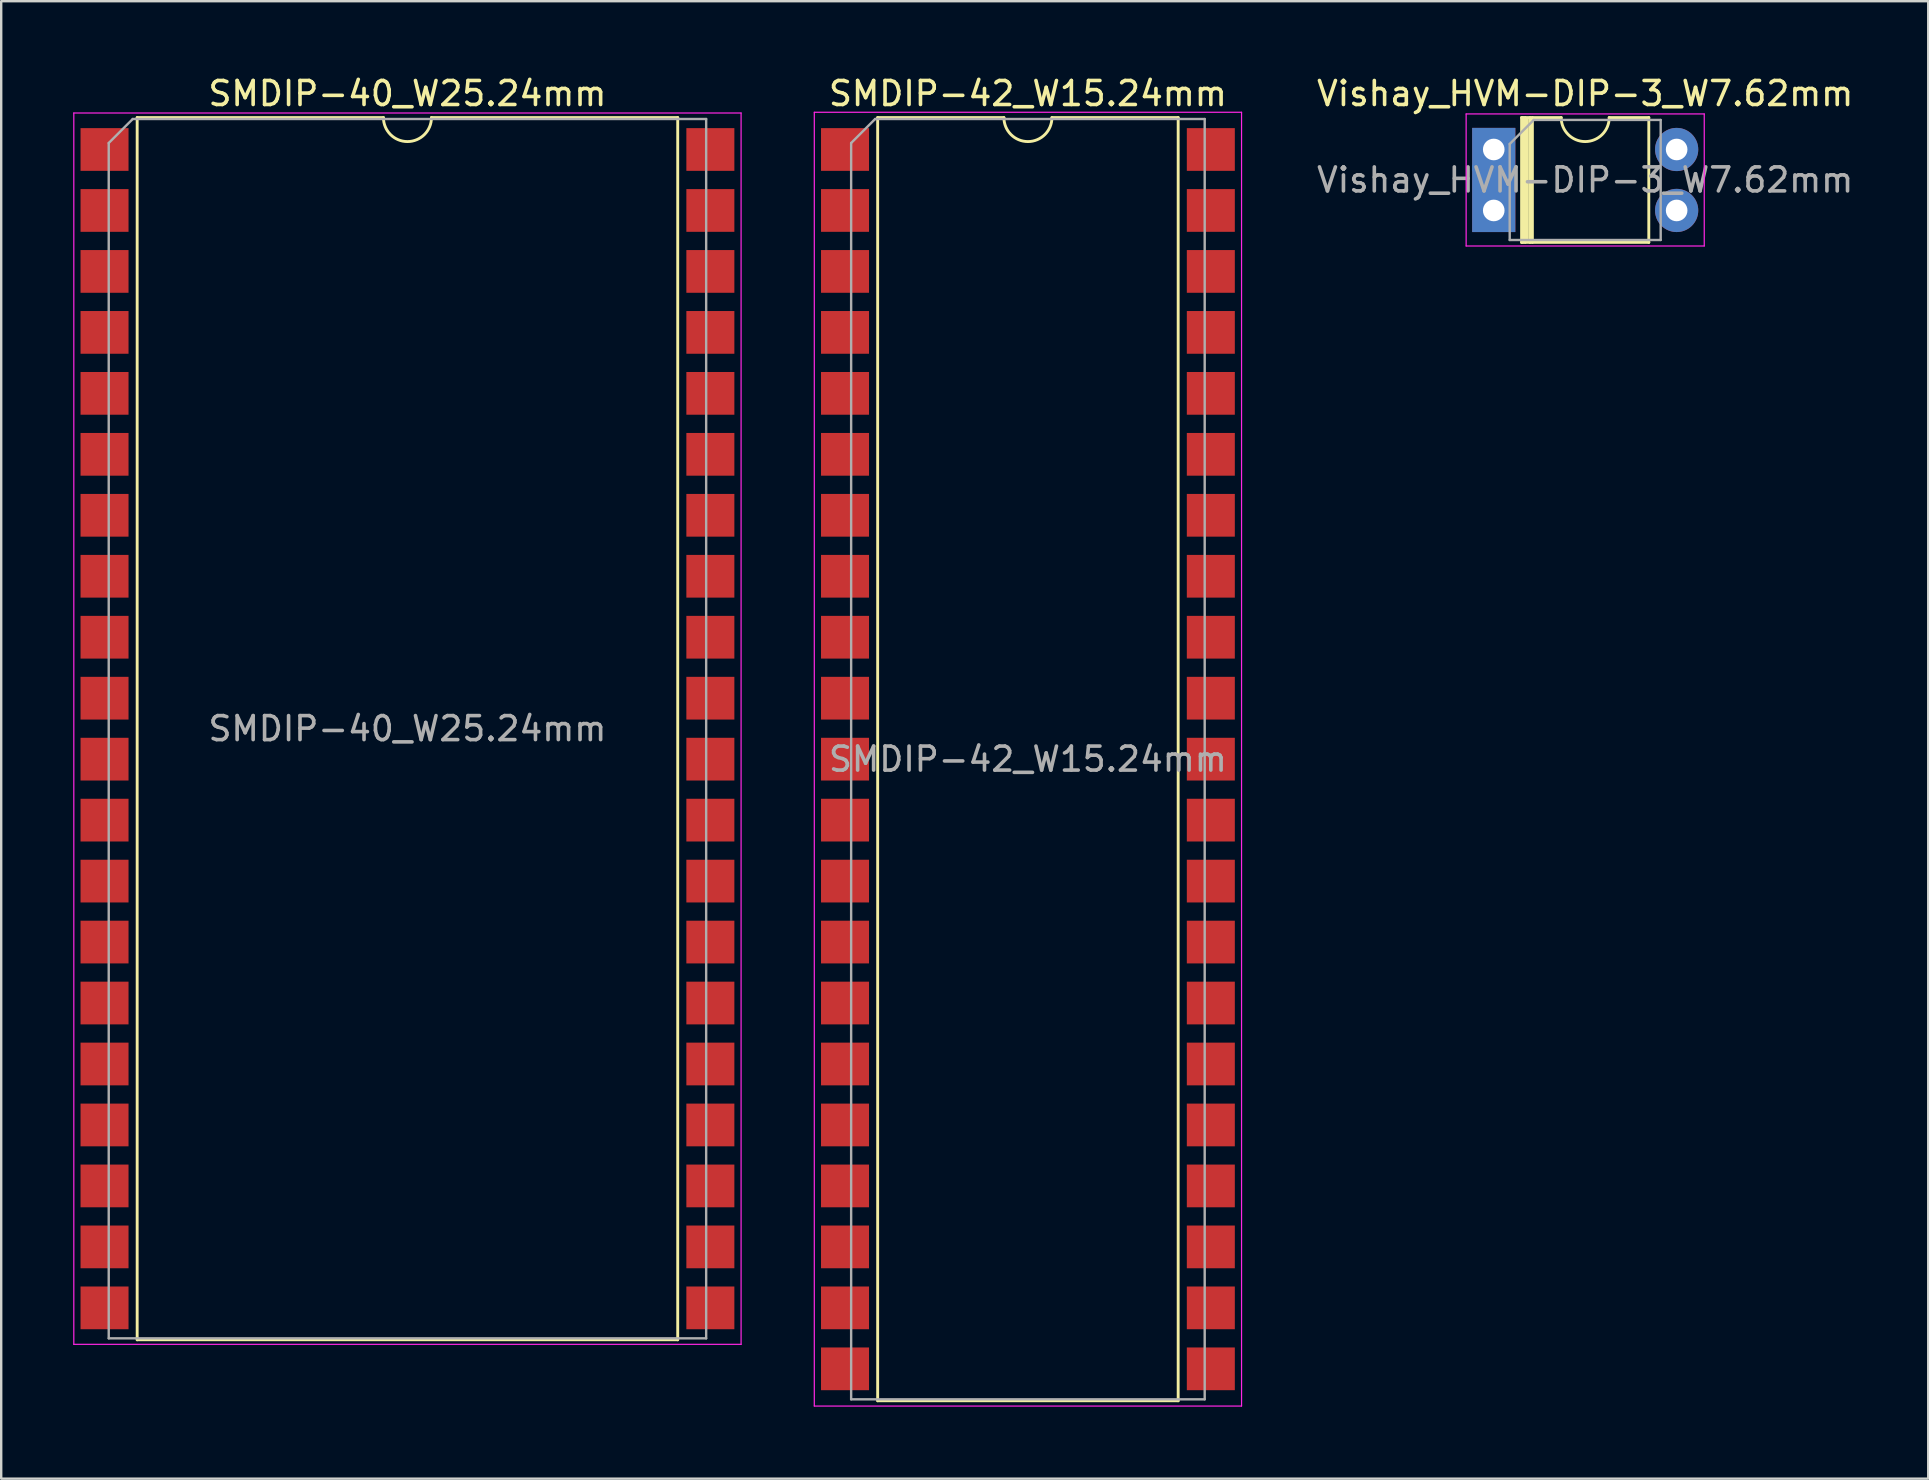
<source format=kicad_pcb>
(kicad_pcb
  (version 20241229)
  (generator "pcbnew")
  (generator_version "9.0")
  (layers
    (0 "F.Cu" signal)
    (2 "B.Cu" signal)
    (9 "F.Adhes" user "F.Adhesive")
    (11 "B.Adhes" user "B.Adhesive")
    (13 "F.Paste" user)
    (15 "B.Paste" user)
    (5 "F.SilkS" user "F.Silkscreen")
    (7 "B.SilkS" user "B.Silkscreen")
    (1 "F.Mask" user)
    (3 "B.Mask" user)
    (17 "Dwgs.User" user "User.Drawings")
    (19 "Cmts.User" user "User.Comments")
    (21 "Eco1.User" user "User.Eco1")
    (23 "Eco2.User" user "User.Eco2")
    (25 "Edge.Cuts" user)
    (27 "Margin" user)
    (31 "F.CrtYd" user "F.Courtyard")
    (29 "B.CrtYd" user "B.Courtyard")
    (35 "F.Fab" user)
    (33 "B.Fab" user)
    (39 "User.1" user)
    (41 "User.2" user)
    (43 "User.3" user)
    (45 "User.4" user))
  (footprint "SMDIP-40_W25.24mm"
    (layer "F.Cu")
    (at 13.925 27.308)
    (property "Reference" "SMDIP-40_W25.24mm" (at 0 -26.46 0) (layer "F.SilkS") (effects (font (size 1 1) (thickness 0.15))))
    (attr smd)
    (fp_line (start -11.26 -25.46) (end -11.26 25.46) (stroke (width 0.12) (type solid)) (layer "F.SilkS"))
    (fp_line (start -11.26 25.46) (end 11.26 25.46) (stroke (width 0.12) (type solid)) (layer "F.SilkS"))
    (fp_line (start -1 -25.46) (end -11.26 -25.46) (stroke (width 0.12) (type solid)) (layer "F.SilkS"))
    (fp_line (start 11.26 -25.46) (end 1 -25.46) (stroke (width 0.12) (type solid)) (layer "F.SilkS"))
    (fp_line (start 11.26 25.46) (end 11.26 -25.46) (stroke (width 0.12) (type solid)) (layer "F.SilkS"))
    (fp_arc (start 1 -25.46) (mid 0 -24.46) (end -1 -25.46) (stroke (width 0.12) (type solid)) (layer "F.SilkS"))
    (fp_line (start -13.9 -25.65) (end -13.9 25.65) (stroke (width 0.05) (type solid)) (layer "F.CrtYd"))
    (fp_line (start -13.9 25.65) (end 13.9 25.65) (stroke (width 0.05) (type solid)) (layer "F.CrtYd"))
    (fp_line (start 13.9 -25.65) (end -13.9 -25.65) (stroke (width 0.05) (type solid)) (layer "F.CrtYd"))
    (fp_line (start 13.9 25.65) (end 13.9 -25.65) (stroke (width 0.05) (type solid)) (layer "F.CrtYd"))
    (fp_line (start -12.445 -24.4) (end -11.445 -25.4) (stroke (width 0.1) (type solid)) (layer "F.Fab"))
    (fp_line (start -12.445 25.4) (end -12.445 -24.4) (stroke (width 0.1) (type solid)) (layer "F.Fab"))
    (fp_line (start -11.445 -25.4) (end 12.445 -25.4) (stroke (width 0.1) (type solid)) (layer "F.Fab"))
    (fp_line (start 12.445 -25.4) (end 12.445 25.4) (stroke (width 0.1) (type solid)) (layer "F.Fab"))
    (fp_line (start 12.445 25.4) (end -12.445 25.4) (stroke (width 0.1) (type solid)) (layer "F.Fab"))
    (fp_text user "${REFERENCE}" (at 0 0 0) (layer "F.Fab") (effects (font (size 1 1) (thickness 0.15))))
    (pad "1" smd rect (at -12.62 -24.13) (size 2 1.78) (layers "F.Cu" "F.Mask" "F.Paste"))
    (pad "2" smd rect (at -12.62 -21.59) (size 2 1.78) (layers "F.Cu" "F.Mask" "F.Paste"))
    (pad "3" smd rect (at -12.62 -19.05) (size 2 1.78) (layers "F.Cu" "F.Mask" "F.Paste"))
    (pad "4" smd rect (at -12.62 -16.51) (size 2 1.78) (layers "F.Cu" "F.Mask" "F.Paste"))
    (pad "5" smd rect (at -12.62 -13.97) (size 2 1.78) (layers "F.Cu" "F.Mask" "F.Paste"))
    (pad "6" smd rect (at -12.62 -11.43) (size 2 1.78) (layers "F.Cu" "F.Mask" "F.Paste"))
    (pad "7" smd rect (at -12.62 -8.89) (size 2 1.78) (layers "F.Cu" "F.Mask" "F.Paste"))
    (pad "8" smd rect (at -12.62 -6.35) (size 2 1.78) (layers "F.Cu" "F.Mask" "F.Paste"))
    (pad "9" smd rect (at -12.62 -3.81) (size 2 1.78) (layers "F.Cu" "F.Mask" "F.Paste"))
    (pad "10" smd rect (at -12.62 -1.27) (size 2 1.78) (layers "F.Cu" "F.Mask" "F.Paste"))
    (pad "11" smd rect (at -12.62 1.27) (size 2 1.78) (layers "F.Cu" "F.Mask" "F.Paste"))
    (pad "12" smd rect (at -12.62 3.81) (size 2 1.78) (layers "F.Cu" "F.Mask" "F.Paste"))
    (pad "13" smd rect (at -12.62 6.35) (size 2 1.78) (layers "F.Cu" "F.Mask" "F.Paste"))
    (pad "14" smd rect (at -12.62 8.89) (size 2 1.78) (layers "F.Cu" "F.Mask" "F.Paste"))
    (pad "15" smd rect (at -12.62 11.43) (size 2 1.78) (layers "F.Cu" "F.Mask" "F.Paste"))
    (pad "16" smd rect (at -12.62 13.97) (size 2 1.78) (layers "F.Cu" "F.Mask" "F.Paste"))
    (pad "17" smd rect (at -12.62 16.51) (size 2 1.78) (layers "F.Cu" "F.Mask" "F.Paste"))
    (pad "18" smd rect (at -12.62 19.05) (size 2 1.78) (layers "F.Cu" "F.Mask" "F.Paste"))
    (pad "19" smd rect (at -12.62 21.59) (size 2 1.78) (layers "F.Cu" "F.Mask" "F.Paste"))
    (pad "20" smd rect (at -12.62 24.13) (size 2 1.78) (layers "F.Cu" "F.Mask" "F.Paste"))
    (pad "21" smd rect (at 12.62 24.13) (size 2 1.78) (layers "F.Cu" "F.Mask" "F.Paste"))
    (pad "22" smd rect (at 12.62 21.59) (size 2 1.78) (layers "F.Cu" "F.Mask" "F.Paste"))
    (pad "23" smd rect (at 12.62 19.05) (size 2 1.78) (layers "F.Cu" "F.Mask" "F.Paste"))
    (pad "24" smd rect (at 12.62 16.51) (size 2 1.78) (layers "F.Cu" "F.Mask" "F.Paste"))
    (pad "25" smd rect (at 12.62 13.97) (size 2 1.78) (layers "F.Cu" "F.Mask" "F.Paste"))
    (pad "26" smd rect (at 12.62 11.43) (size 2 1.78) (layers "F.Cu" "F.Mask" "F.Paste"))
    (pad "27" smd rect (at 12.62 8.89) (size 2 1.78) (layers "F.Cu" "F.Mask" "F.Paste"))
    (pad "28" smd rect (at 12.62 6.35) (size 2 1.78) (layers "F.Cu" "F.Mask" "F.Paste"))
    (pad "29" smd rect (at 12.62 3.81) (size 2 1.78) (layers "F.Cu" "F.Mask" "F.Paste"))
    (pad "30" smd rect (at 12.62 1.27) (size 2 1.78) (layers "F.Cu" "F.Mask" "F.Paste"))
    (pad "31" smd rect (at 12.62 -1.27) (size 2 1.78) (layers "F.Cu" "F.Mask" "F.Paste"))
    (pad "32" smd rect (at 12.62 -3.81) (size 2 1.78) (layers "F.Cu" "F.Mask" "F.Paste"))
    (pad "33" smd rect (at 12.62 -6.35) (size 2 1.78) (layers "F.Cu" "F.Mask" "F.Paste"))
    (pad "34" smd rect (at 12.62 -8.89) (size 2 1.78) (layers "F.Cu" "F.Mask" "F.Paste"))
    (pad "35" smd rect (at 12.62 -11.43) (size 2 1.78) (layers "F.Cu" "F.Mask" "F.Paste"))
    (pad "36" smd rect (at 12.62 -13.97) (size 2 1.78) (layers "F.Cu" "F.Mask" "F.Paste"))
    (pad "37" smd rect (at 12.62 -16.51) (size 2 1.78) (layers "F.Cu" "F.Mask" "F.Paste"))
    (pad "38" smd rect (at 12.62 -19.05) (size 2 1.78) (layers "F.Cu" "F.Mask" "F.Paste"))
    (pad "39" smd rect (at 12.62 -21.59) (size 2 1.78) (layers "F.Cu" "F.Mask" "F.Paste"))
    (pad "40" smd rect (at 12.62 -24.13) (size 2 1.78) (layers "F.Cu" "F.Mask" "F.Paste")))
  (footprint "Vishay_HVM-DIP-3_W7.62mm"
    (layer "F.Cu")
    (at 59.182 3.178)
    (property "Reference" "Vishay_HVM-DIP-3_W7.62mm" (at 3.81 -2.33 0) (layer "F.SilkS") (effects (font (size 1 1) (thickness 0.15))))
    (attr through_hole)
    (fp_line (start 1.16 -1.33) (end 1.16 3.87) (stroke (width 0.12) (type solid)) (layer "F.SilkS"))
    (fp_line (start 1.16 3.87) (end 6.46 3.87) (stroke (width 0.12) (type solid)) (layer "F.SilkS"))
    (fp_line (start 1.21 3.87) (end 1.21 -1.33) (stroke (width 0.12) (type solid)) (layer "F.SilkS"))
    (fp_line (start 1.31 -1.33) (end 1.31 3.87) (stroke (width 0.12) (type solid)) (layer "F.SilkS"))
    (fp_line (start 1.4 -1.3) (end 1.4 3.8) (stroke (width 0.12) (type solid)) (layer "F.SilkS"))
    (fp_line (start 1.51 -1.33) (end 1.51 3.87) (stroke (width 0.12) (type solid)) (layer "F.SilkS"))
    (fp_line (start 1.61 3.87) (end 1.61 -1.33) (stroke (width 0.12) (type solid)) (layer "F.SilkS"))
    (fp_line (start 2.81 -1.33) (end 1.16 -1.33) (stroke (width 0.12) (type solid)) (layer "F.SilkS"))
    (fp_line (start 6.46 -1.33) (end 4.81 -1.33) (stroke (width 0.12) (type solid)) (layer "F.SilkS"))
    (fp_line (start 6.46 3.87) (end 6.46 -1.33) (stroke (width 0.12) (type solid)) (layer "F.SilkS"))
    (fp_arc (start 4.81 -1.33) (mid 3.81 -0.33) (end 2.81 -1.33) (stroke (width 0.12) (type solid)) (layer "F.SilkS"))
    (fp_line (start -1.15 -1.48) (end -1.15 4.02) (stroke (width 0.05) (type solid)) (layer "F.CrtYd"))
    (fp_line (start -1.15 -1.48) (end 8.77 -1.48) (stroke (width 0.05) (type solid)) (layer "F.CrtYd"))
    (fp_line (start 8.77 4.02) (end -1.15 4.02) (stroke (width 0.05) (type solid)) (layer "F.CrtYd"))
    (fp_line (start 8.77 4.02) (end 8.77 -1.48) (stroke (width 0.05) (type solid)) (layer "F.CrtYd"))
    (fp_line (start 0.665 -0.23) (end 1.665 -1.23) (stroke (width 0.1) (type solid)) (layer "F.Fab"))
    (fp_line (start 0.665 3.77) (end 0.665 -0.23) (stroke (width 0.1) (type solid)) (layer "F.Fab"))
    (fp_line (start 1.665 -1.23) (end 6.955 -1.23) (stroke (width 0.1) (type solid)) (layer "F.Fab"))
    (fp_line (start 6.955 -1.23) (end 6.955 3.77) (stroke (width 0.1) (type solid)) (layer "F.Fab"))
    (fp_line (start 6.955 3.77) (end 0.665 3.77) (stroke (width 0.1) (type solid)) (layer "F.Fab"))
    (fp_text user "${REFERENCE}" (at 3.81 1.27 0) (layer "F.Fab") (effects (font (size 1 1) (thickness 0.15))))
    (pad "1" thru_hole rect (at 0 0) (size 1.8 1.8) (drill 0.9) (layers "*.Cu" "*.Mask"))
    (pad "1" thru_hole rect (at 0 2.54) (size 1.8 2.8) (drill 0.9 (offset 0 -0.5)) (layers "*.Cu" "*.Mask"))
    (pad "2" thru_hole oval (at 7.62 2.54) (size 1.8 1.8) (drill 0.9) (layers "*.Cu" "*.Mask"))
    (pad "3" thru_hole oval (at 7.62 0) (size 1.8 1.8) (drill 0.9) (layers "*.Cu" "*.Mask")))
  (footprint "SMDIP-42_W15.24mm"
    (layer "F.Cu")
    (at 39.775 28.578)
    (property "Reference" "SMDIP-42_W15.24mm" (at 0 -27.73 0) (layer "F.SilkS") (effects (font (size 1 1) (thickness 0.15))))
    (attr smd)
    (fp_line (start -6.26 -26.73) (end -6.26 26.73) (stroke (width 0.12) (type solid)) (layer "F.SilkS"))
    (fp_line (start -6.26 26.73) (end 6.26 26.73) (stroke (width 0.12) (type solid)) (layer "F.SilkS"))
    (fp_line (start -1 -26.73) (end -6.26 -26.73) (stroke (width 0.12) (type solid)) (layer "F.SilkS"))
    (fp_line (start 6.26 -26.73) (end 1 -26.73) (stroke (width 0.12) (type solid)) (layer "F.SilkS"))
    (fp_line (start 6.26 26.73) (end 6.26 -26.73) (stroke (width 0.12) (type solid)) (layer "F.SilkS"))
    (fp_arc (start 1 -26.73) (mid 0 -25.73) (end -1 -26.73) (stroke (width 0.12) (type solid)) (layer "F.SilkS"))
    (fp_line (start -8.9 -26.95) (end -8.9 26.95) (stroke (width 0.05) (type solid)) (layer "F.CrtYd"))
    (fp_line (start -8.9 26.95) (end 8.9 26.95) (stroke (width 0.05) (type solid)) (layer "F.CrtYd"))
    (fp_line (start 8.9 -26.95) (end -8.9 -26.95) (stroke (width 0.05) (type solid)) (layer "F.CrtYd"))
    (fp_line (start 8.9 26.95) (end 8.9 -26.95) (stroke (width 0.05) (type solid)) (layer "F.CrtYd"))
    (fp_line (start -7.365 -25.67) (end -6.365 -26.67) (stroke (width 0.1) (type solid)) (layer "F.Fab"))
    (fp_line (start -7.365 26.67) (end -7.365 -25.67) (stroke (width 0.1) (type solid)) (layer "F.Fab"))
    (fp_line (start -6.365 -26.67) (end 7.365 -26.67) (stroke (width 0.1) (type solid)) (layer "F.Fab"))
    (fp_line (start 7.365 -26.67) (end 7.365 26.67) (stroke (width 0.1) (type solid)) (layer "F.Fab"))
    (fp_line (start 7.365 26.67) (end -7.365 26.67) (stroke (width 0.1) (type solid)) (layer "F.Fab"))
    (fp_text user "${REFERENCE}" (at 0 0 0) (layer "F.Fab") (effects (font (size 1 1) (thickness 0.15))))
    (pad "1" smd rect (at -7.62 -25.4) (size 2 1.78) (layers "F.Cu" "F.Mask" "F.Paste"))
    (pad "2" smd rect (at -7.62 -22.86) (size 2 1.78) (layers "F.Cu" "F.Mask" "F.Paste"))
    (pad "3" smd rect (at -7.62 -20.32) (size 2 1.78) (layers "F.Cu" "F.Mask" "F.Paste"))
    (pad "4" smd rect (at -7.62 -17.78) (size 2 1.78) (layers "F.Cu" "F.Mask" "F.Paste"))
    (pad "5" smd rect (at -7.62 -15.24) (size 2 1.78) (layers "F.Cu" "F.Mask" "F.Paste"))
    (pad "6" smd rect (at -7.62 -12.7) (size 2 1.78) (layers "F.Cu" "F.Mask" "F.Paste"))
    (pad "7" smd rect (at -7.62 -10.16) (size 2 1.78) (layers "F.Cu" "F.Mask" "F.Paste"))
    (pad "8" smd rect (at -7.62 -7.62) (size 2 1.78) (layers "F.Cu" "F.Mask" "F.Paste"))
    (pad "9" smd rect (at -7.62 -5.08) (size 2 1.78) (layers "F.Cu" "F.Mask" "F.Paste"))
    (pad "10" smd rect (at -7.62 -2.54) (size 2 1.78) (layers "F.Cu" "F.Mask" "F.Paste"))
    (pad "11" smd rect (at -7.62 0) (size 2 1.78) (layers "F.Cu" "F.Mask" "F.Paste"))
    (pad "12" smd rect (at -7.62 2.54) (size 2 1.78) (layers "F.Cu" "F.Mask" "F.Paste"))
    (pad "13" smd rect (at -7.62 5.08) (size 2 1.78) (layers "F.Cu" "F.Mask" "F.Paste"))
    (pad "14" smd rect (at -7.62 7.62) (size 2 1.78) (layers "F.Cu" "F.Mask" "F.Paste"))
    (pad "15" smd rect (at -7.62 10.16) (size 2 1.78) (layers "F.Cu" "F.Mask" "F.Paste"))
    (pad "16" smd rect (at -7.62 12.7) (size 2 1.78) (layers "F.Cu" "F.Mask" "F.Paste"))
    (pad "17" smd rect (at -7.62 15.24) (size 2 1.78) (layers "F.Cu" "F.Mask" "F.Paste"))
    (pad "18" smd rect (at -7.62 17.78) (size 2 1.78) (layers "F.Cu" "F.Mask" "F.Paste"))
    (pad "19" smd rect (at -7.62 20.32) (size 2 1.78) (layers "F.Cu" "F.Mask" "F.Paste"))
    (pad "20" smd rect (at -7.62 22.86) (size 2 1.78) (layers "F.Cu" "F.Mask" "F.Paste"))
    (pad "21" smd rect (at -7.62 25.4) (size 2 1.78) (layers "F.Cu" "F.Mask" "F.Paste"))
    (pad "22" smd rect (at 7.62 25.4) (size 2 1.78) (layers "F.Cu" "F.Mask" "F.Paste"))
    (pad "23" smd rect (at 7.62 22.86) (size 2 1.78) (layers "F.Cu" "F.Mask" "F.Paste"))
    (pad "24" smd rect (at 7.62 20.32) (size 2 1.78) (layers "F.Cu" "F.Mask" "F.Paste"))
    (pad "25" smd rect (at 7.62 17.78) (size 2 1.78) (layers "F.Cu" "F.Mask" "F.Paste"))
    (pad "26" smd rect (at 7.62 15.24) (size 2 1.78) (layers "F.Cu" "F.Mask" "F.Paste"))
    (pad "27" smd rect (at 7.62 12.7) (size 2 1.78) (layers "F.Cu" "F.Mask" "F.Paste"))
    (pad "28" smd rect (at 7.62 10.16) (size 2 1.78) (layers "F.Cu" "F.Mask" "F.Paste"))
    (pad "29" smd rect (at 7.62 7.62) (size 2 1.78) (layers "F.Cu" "F.Mask" "F.Paste"))
    (pad "30" smd rect (at 7.62 5.08) (size 2 1.78) (layers "F.Cu" "F.Mask" "F.Paste"))
    (pad "31" smd rect (at 7.62 2.54) (size 2 1.78) (layers "F.Cu" "F.Mask" "F.Paste"))
    (pad "32" smd rect (at 7.62 0) (size 2 1.78) (layers "F.Cu" "F.Mask" "F.Paste"))
    (pad "33" smd rect (at 7.62 -2.54) (size 2 1.78) (layers "F.Cu" "F.Mask" "F.Paste"))
    (pad "34" smd rect (at 7.62 -5.08) (size 2 1.78) (layers "F.Cu" "F.Mask" "F.Paste"))
    (pad "35" smd rect (at 7.62 -7.62) (size 2 1.78) (layers "F.Cu" "F.Mask" "F.Paste"))
    (pad "36" smd rect (at 7.62 -10.16) (size 2 1.78) (layers "F.Cu" "F.Mask" "F.Paste"))
    (pad "37" smd rect (at 7.62 -12.7) (size 2 1.78) (layers "F.Cu" "F.Mask" "F.Paste"))
    (pad "38" smd rect (at 7.62 -15.24) (size 2 1.78) (layers "F.Cu" "F.Mask" "F.Paste"))
    (pad "39" smd rect (at 7.62 -17.78) (size 2 1.78) (layers "F.Cu" "F.Mask" "F.Paste"))
    (pad "40" smd rect (at 7.62 -20.32) (size 2 1.78) (layers "F.Cu" "F.Mask" "F.Paste"))
    (pad "41" smd rect (at 7.62 -22.86) (size 2 1.78) (layers "F.Cu" "F.Mask" "F.Paste"))
    (pad "42" smd rect (at 7.62 -25.4) (size 2 1.78) (layers "F.Cu" "F.Mask" "F.Paste")))
  (gr_rect
    (start -3 -3)
    (end 77.283 58.553)
    (stroke (width 0.1) (type default))
    (fill no)
    (layer "Edge.Cuts")))
</source>
